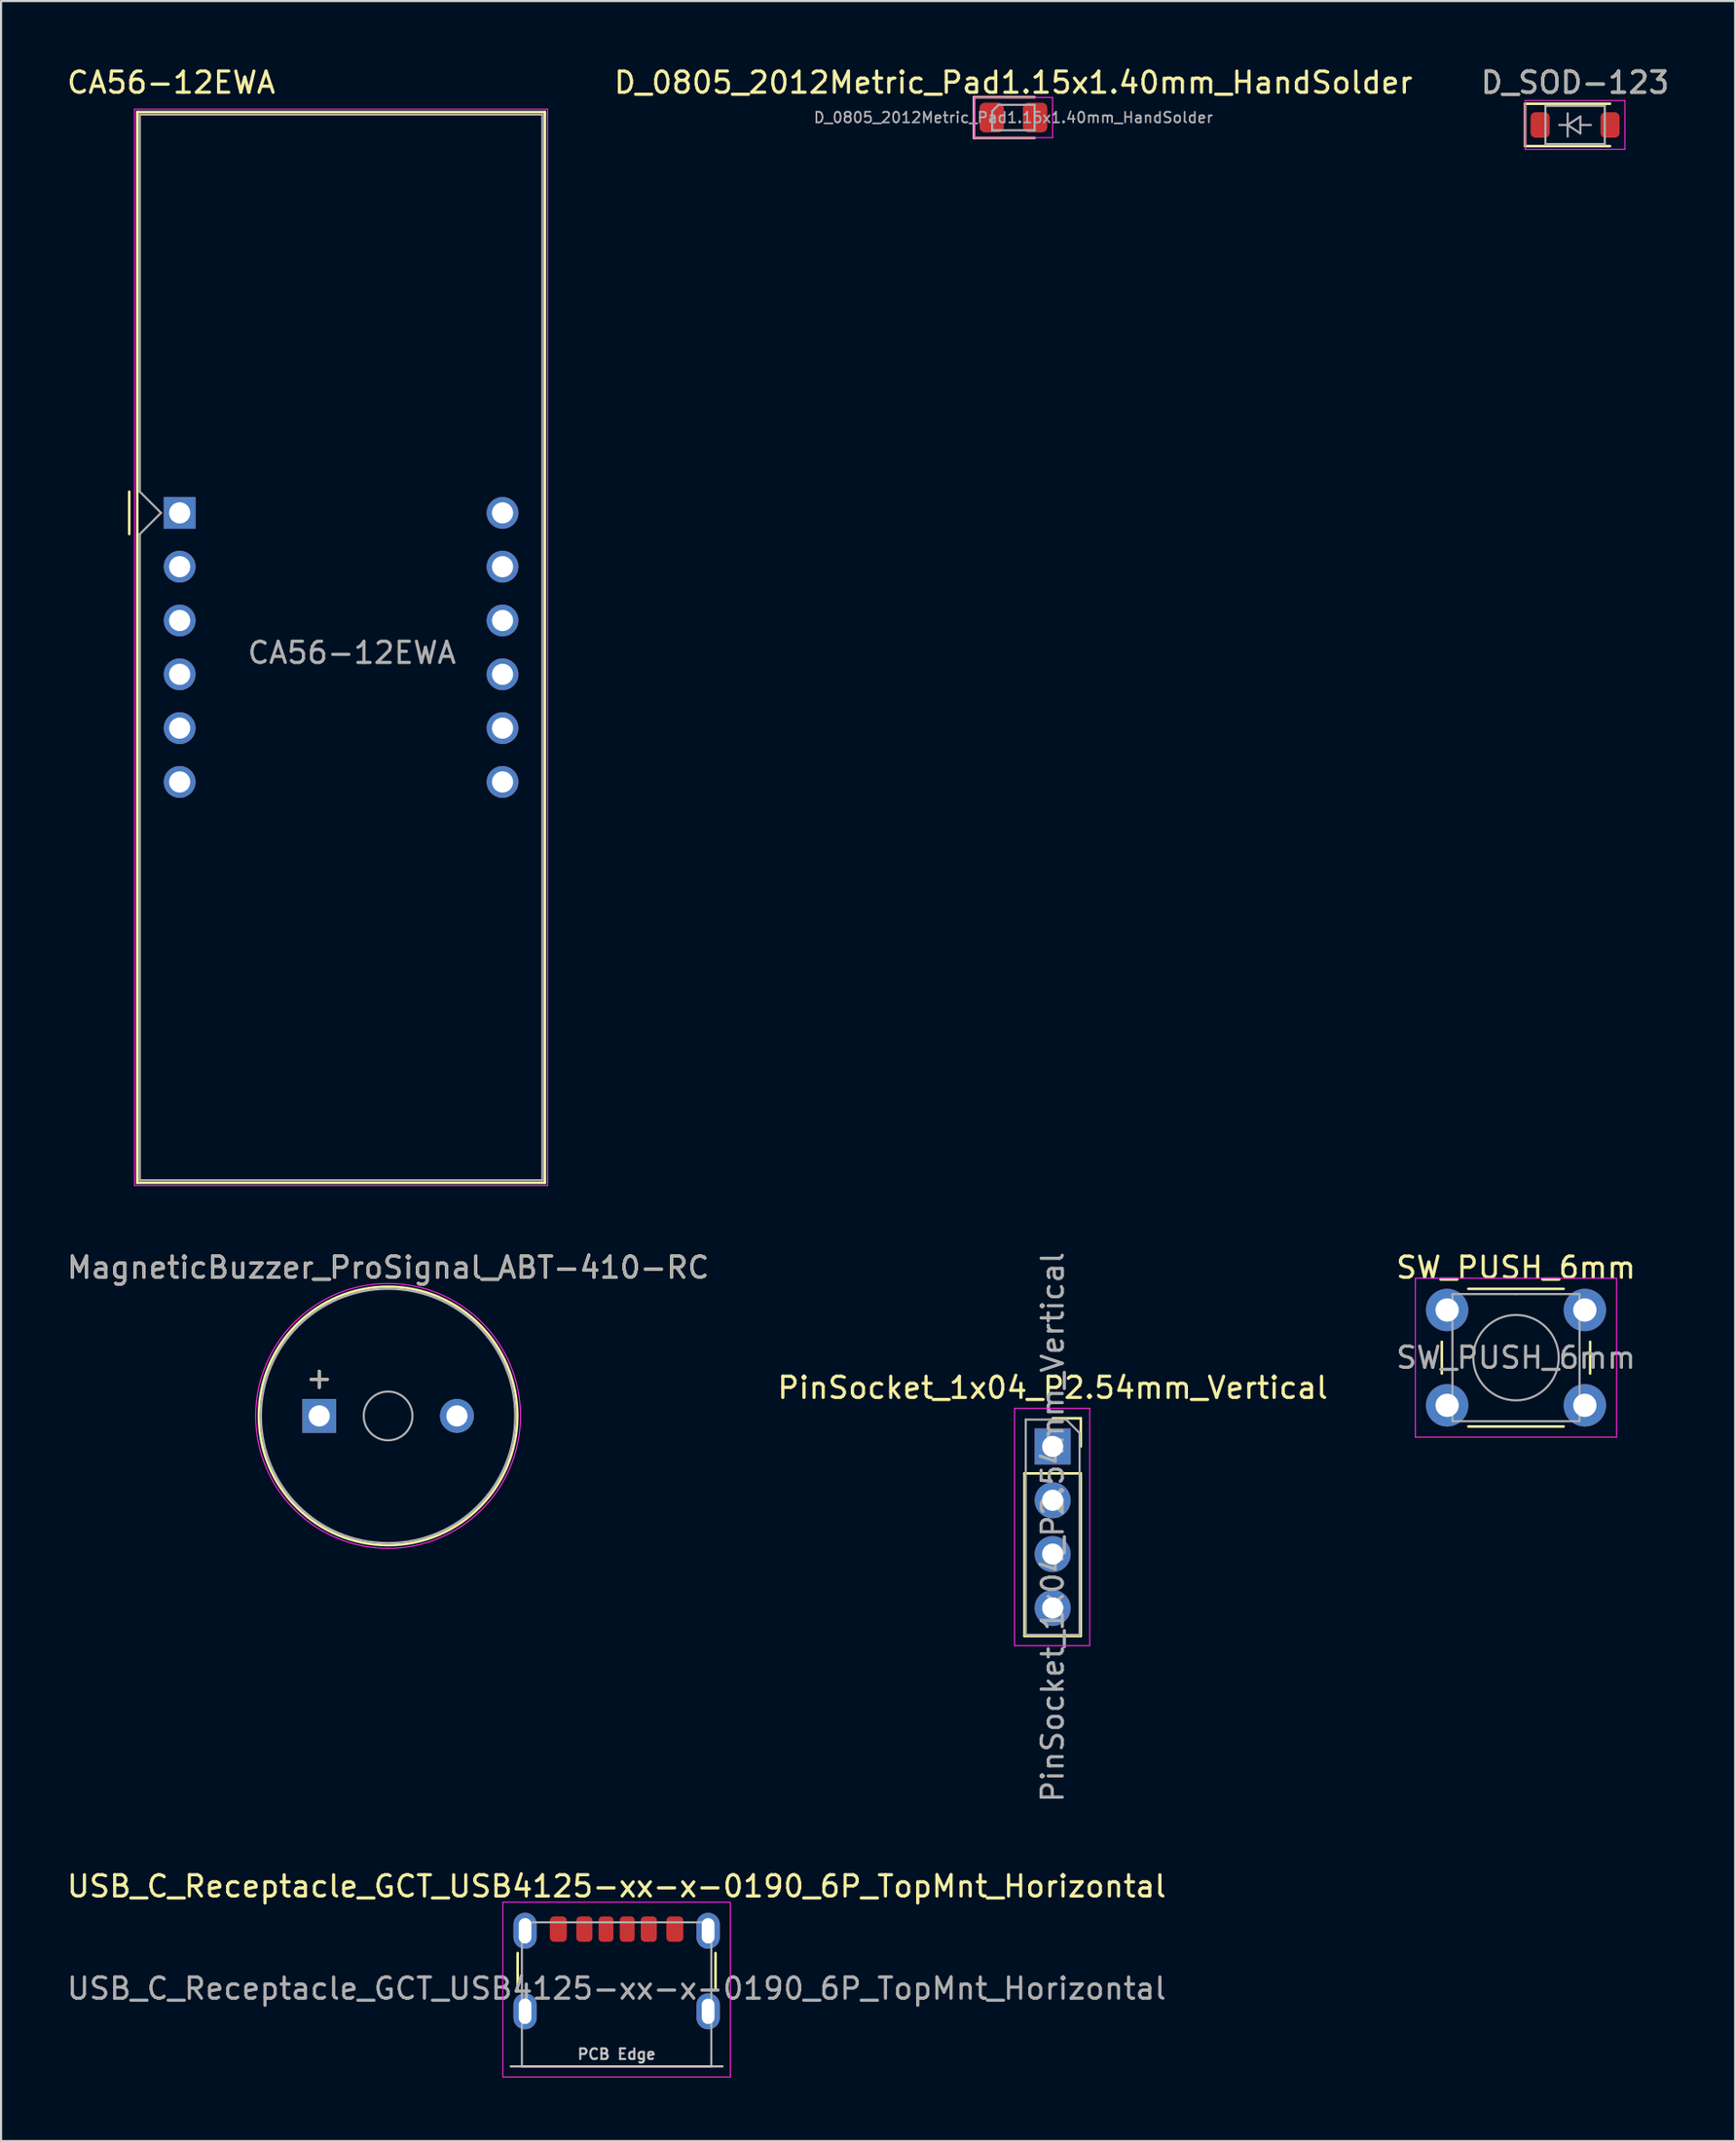
<source format=kicad_pcb>
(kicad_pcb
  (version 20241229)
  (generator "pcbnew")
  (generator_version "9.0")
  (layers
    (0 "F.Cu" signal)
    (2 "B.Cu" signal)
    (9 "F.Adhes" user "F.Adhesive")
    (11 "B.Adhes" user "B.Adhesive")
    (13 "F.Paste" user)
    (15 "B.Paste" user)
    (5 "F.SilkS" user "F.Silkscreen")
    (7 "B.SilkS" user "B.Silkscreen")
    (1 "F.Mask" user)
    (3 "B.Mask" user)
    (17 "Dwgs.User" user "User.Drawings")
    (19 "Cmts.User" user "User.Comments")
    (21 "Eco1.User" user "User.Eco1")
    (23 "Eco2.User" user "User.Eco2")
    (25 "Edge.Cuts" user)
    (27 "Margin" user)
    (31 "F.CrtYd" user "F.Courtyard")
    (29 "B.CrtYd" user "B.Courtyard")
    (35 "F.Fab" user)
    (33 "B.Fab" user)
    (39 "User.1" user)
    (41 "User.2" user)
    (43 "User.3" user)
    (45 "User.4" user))
  (footprint "SW_PUSH_6mm"
    (layer "F.Cu")
    (at 65.256 58.782)
    (property "Reference" "SW_PUSH_6mm" (at 3.25 -2 0) (layer "F.SilkS") (effects (font (size 1 1) (thickness 0.15))))
    (attr through_hole)
    (fp_line (start -0.25 1.5) (end -0.25 3) (stroke (width 0.12) (type solid)) (layer "F.SilkS"))
    (fp_line (start 1 5.5) (end 5.5 5.5) (stroke (width 0.12) (type solid)) (layer "F.SilkS"))
    (fp_line (start 5.5 -1) (end 1 -1) (stroke (width 0.12) (type solid)) (layer "F.SilkS"))
    (fp_line (start 6.75 3) (end 6.75 1.5) (stroke (width 0.12) (type solid)) (layer "F.SilkS"))
    (fp_line (start -1.5 -1.5) (end -1.25 -1.5) (stroke (width 0.05) (type solid)) (layer "F.CrtYd"))
    (fp_line (start -1.5 -1.25) (end -1.5 -1.5) (stroke (width 0.05) (type solid)) (layer "F.CrtYd"))
    (fp_line (start -1.5 5.75) (end -1.5 -1.25) (stroke (width 0.05) (type solid)) (layer "F.CrtYd"))
    (fp_line (start -1.5 5.75) (end -1.5 6) (stroke (width 0.05) (type solid)) (layer "F.CrtYd"))
    (fp_line (start -1.5 6) (end -1.25 6) (stroke (width 0.05) (type solid)) (layer "F.CrtYd"))
    (fp_line (start -1.25 -1.5) (end 7.75 -1.5) (stroke (width 0.05) (type solid)) (layer "F.CrtYd"))
    (fp_line (start 7.75 -1.5) (end 8 -1.5) (stroke (width 0.05) (type solid)) (layer "F.CrtYd"))
    (fp_line (start 7.75 6) (end -1.25 6) (stroke (width 0.05) (type solid)) (layer "F.CrtYd"))
    (fp_line (start 7.75 6) (end 8 6) (stroke (width 0.05) (type solid)) (layer "F.CrtYd"))
    (fp_line (start 8 -1.5) (end 8 -1.25) (stroke (width 0.05) (type solid)) (layer "F.CrtYd"))
    (fp_line (start 8 -1.25) (end 8 5.75) (stroke (width 0.05) (type solid)) (layer "F.CrtYd"))
    (fp_line (start 8 6) (end 8 5.75) (stroke (width 0.05) (type solid)) (layer "F.CrtYd"))
    (fp_line (start 0.25 -0.75) (end 3.25 -0.75) (stroke (width 0.1) (type solid)) (layer "F.Fab"))
    (fp_line (start 0.25 5.25) (end 0.25 -0.75) (stroke (width 0.1) (type solid)) (layer "F.Fab"))
    (fp_line (start 3.25 -0.75) (end 6.25 -0.75) (stroke (width 0.1) (type solid)) (layer "F.Fab"))
    (fp_line (start 6.25 -0.75) (end 6.25 5.25) (stroke (width 0.1) (type solid)) (layer "F.Fab"))
    (fp_line (start 6.25 5.25) (end 0.25 5.25) (stroke (width 0.1) (type solid)) (layer "F.Fab"))
    (fp_circle (center 3.25 2.25) (end 1.25 2.5) (stroke (width 0.1) (type solid)) (fill no) (layer "F.Fab"))
    (fp_text user "${REFERENCE}" (at 3.25 2.25 0) (layer "F.Fab") (effects (font (size 1 1) (thickness 0.15))))
    (pad "1" thru_hole circle (at 0 0 90) (size 2 2) (drill 1.1) (layers "*.Cu" "*.Mask"))
    (pad "1" thru_hole circle (at 6.5 0 90) (size 2 2) (drill 1.1) (layers "*.Cu" "*.Mask"))
    (pad "2" thru_hole circle (at 0 4.5 90) (size 2 2) (drill 1.1) (layers "*.Cu" "*.Mask"))
    (pad "2" thru_hole circle (at 6.5 4.5 90) (size 2 2) (drill 1.1) (layers "*.Cu" "*.Mask")))
  (footprint "USB_C_Receptacle_GCT_USB4125-xx-x-0190_6P_TopMnt_Horizontal"
    (layer "F.Cu")
    (at 26.054 91.084)
    (property "Reference" "USB_C_Receptacle_GCT_USB4125-xx-x-0190_6P_TopMnt_Horizontal" (at 0 -5.1 0) (unlocked yes) (layer "F.SilkS") (effects (font (size 1 1) (thickness 0.15))))
    (attr smd)
    (fp_line (start -4.67 -0.25) (end -4.67 -1.95) (stroke (width 0.12) (type solid)) (layer "F.SilkS"))
    (fp_line (start 4.67 -0.25) (end 4.67 -1.95) (stroke (width 0.12) (type solid)) (layer "F.SilkS"))
    (fp_line (start 5 3.4) (end -5 3.4) (stroke (width 0.1) (type solid)) (layer "Dwgs.User"))
    (fp_rect (start -5.37 -4.35) (end 5.37 3.9) (stroke (width 0.05) (type solid)) (fill no) (layer "F.CrtYd"))
    (fp_rect (start -4.47 -3.4) (end 4.47 3.4) (stroke (width 0.1) (type solid)) (fill no) (layer "F.Fab"))
    (fp_text user "PCB Edge" (at 0 2.825 0) (unlocked yes) (layer "Dwgs.User") (effects (font (size 0.5 0.5) (thickness 0.1))))
    (fp_text user "${REFERENCE}" (at 0 -0.275 0) (unlocked yes) (layer "F.Fab") (effects (font (size 1 1) (thickness 0.15))))
    (pad "A5" smd roundrect (at -0.5 -3.08) (size 0.7 1.2) (layers "F.Cu" "F.Mask" "F.Paste") (roundrect_rratio 0.25))
    (pad "A9" smd roundrect (at 1.52 -3.08 180) (size 0.76 1.2) (layers "F.Cu" "F.Mask" "F.Paste") (roundrect_rratio 0.25))
    (pad "A12" smd roundrect (at 2.75 -3.08 180) (size 0.8 1.2) (layers "F.Cu" "F.Mask" "F.Paste") (roundrect_rratio 0.25))
    (pad "B5" smd roundrect (at 0.5 -3.08 180) (size 0.7 1.2) (layers "F.Cu" "F.Mask" "F.Paste") (roundrect_rratio 0.25))
    (pad "B9" smd roundrect (at -1.52 -3.08) (size 0.76 1.2) (layers "F.Cu" "F.Mask" "F.Paste") (roundrect_rratio 0.25))
    (pad "B12" smd roundrect (at -2.75 -3.08) (size 0.8 1.2) (layers "F.Cu" "F.Mask" "F.Paste") (roundrect_rratio 0.25))
    (pad "S1" thru_hole oval (at -4.32 -3) (size 1.1 1.7) (drill oval 0.6 1.2) (layers "*.Cu" "*.Mask" "F.Paste"))
    (pad "S1" thru_hole oval (at -4.32 0.8) (size 1.1 1.7) (drill oval 0.6 1.2) (layers "*.Cu" "*.Mask" "F.Paste"))
    (pad "S1" thru_hole oval (at 4.32 -3) (size 1.1 1.7) (drill oval 0.6 1.2) (layers "*.Cu" "*.Mask" "F.Paste"))
    (pad "S1" thru_hole oval (at 4.32 0.8) (size 1.1 1.7) (drill oval 0.6 1.2) (layers "*.Cu" "*.Mask" "F.Paste")))
  (footprint "D_SOD-123"
    (layer "F.Cu")
    (at 71.295 2.848)
    (property "Reference" "D_SOD-123" (at 0 -2 0) (layer "F.SilkS") (effects (font (size 1 1) (thickness 0.15))))
    (attr smd)
    (fp_line (start -2.36 -1) (end -2.36 1) (stroke (width 0.12) (type solid)) (layer "F.SilkS"))
    (fp_line (start -2.36 -1) (end 1.65 -1) (stroke (width 0.12) (type solid)) (layer "F.SilkS"))
    (fp_line (start -2.36 1) (end 1.65 1) (stroke (width 0.12) (type solid)) (layer "F.SilkS"))
    (fp_line (start -2.35 -1.15) (end -2.35 1.15) (stroke (width 0.05) (type solid)) (layer "F.CrtYd"))
    (fp_line (start -2.35 -1.15) (end 2.35 -1.15) (stroke (width 0.05) (type solid)) (layer "F.CrtYd"))
    (fp_line (start 2.35 -1.15) (end 2.35 1.15) (stroke (width 0.05) (type solid)) (layer "F.CrtYd"))
    (fp_line (start 2.35 1.15) (end -2.35 1.15) (stroke (width 0.05) (type solid)) (layer "F.CrtYd"))
    (fp_line (start -1.4 -0.9) (end 1.4 -0.9) (stroke (width 0.1) (type solid)) (layer "F.Fab"))
    (fp_line (start -1.4 0.9) (end -1.4 -0.9) (stroke (width 0.1) (type solid)) (layer "F.Fab"))
    (fp_line (start -0.75 0) (end -0.35 0) (stroke (width 0.1) (type solid)) (layer "F.Fab"))
    (fp_line (start -0.35 0) (end -0.35 -0.55) (stroke (width 0.1) (type solid)) (layer "F.Fab"))
    (fp_line (start -0.35 0) (end -0.35 0.55) (stroke (width 0.1) (type solid)) (layer "F.Fab"))
    (fp_line (start -0.35 0) (end 0.25 -0.4) (stroke (width 0.1) (type solid)) (layer "F.Fab"))
    (fp_line (start 0.25 -0.4) (end 0.25 0.4) (stroke (width 0.1) (type solid)) (layer "F.Fab"))
    (fp_line (start 0.25 0) (end 0.75 0) (stroke (width 0.1) (type solid)) (layer "F.Fab"))
    (fp_line (start 0.25 0.4) (end -0.35 0) (stroke (width 0.1) (type solid)) (layer "F.Fab"))
    (fp_line (start 1.4 -0.9) (end 1.4 0.9) (stroke (width 0.1) (type solid)) (layer "F.Fab"))
    (fp_line (start 1.4 0.9) (end -1.4 0.9) (stroke (width 0.1) (type solid)) (layer "F.Fab"))
    (fp_text user "${REFERENCE}" (at 0 -2 0) (layer "F.Fab") (effects (font (size 1 1) (thickness 0.15))))
    (pad "1" smd roundrect (at -1.65 0) (size 0.9 1.2) (layers "F.Cu" "F.Mask" "F.Paste") (roundrect_rratio 0.25))
    (pad "2" smd roundrect (at 1.65 0) (size 0.9 1.2) (layers "F.Cu" "F.Mask" "F.Paste") (roundrect_rratio 0.25)))
  (footprint "PinSocket_1x04_P2.54mm_Vertical"
    (layer "F.Cu")
    (at 46.637 65.224)
    (property "Reference" "PinSocket_1x04_P2.54mm_Vertical" (at 0 -2.77 0) (layer "F.SilkS") (effects (font (size 1 1) (thickness 0.15))))
    (attr through_hole)
    (fp_line (start -1.33 1.27) (end -1.33 8.95) (stroke (width 0.12) (type solid)) (layer "F.SilkS"))
    (fp_line (start -1.33 1.27) (end 1.33 1.27) (stroke (width 0.12) (type solid)) (layer "F.SilkS"))
    (fp_line (start -1.33 8.95) (end 1.33 8.95) (stroke (width 0.12) (type solid)) (layer "F.SilkS"))
    (fp_line (start 0 -1.33) (end 1.33 -1.33) (stroke (width 0.12) (type solid)) (layer "F.SilkS"))
    (fp_line (start 1.33 -1.33) (end 1.33 0) (stroke (width 0.12) (type solid)) (layer "F.SilkS"))
    (fp_line (start 1.33 1.27) (end 1.33 8.95) (stroke (width 0.12) (type solid)) (layer "F.SilkS"))
    (fp_line (start -1.8 -1.8) (end 1.75 -1.8) (stroke (width 0.05) (type solid)) (layer "F.CrtYd"))
    (fp_line (start -1.8 9.4) (end -1.8 -1.8) (stroke (width 0.05) (type solid)) (layer "F.CrtYd"))
    (fp_line (start 1.75 -1.8) (end 1.75 9.4) (stroke (width 0.05) (type solid)) (layer "F.CrtYd"))
    (fp_line (start 1.75 9.4) (end -1.8 9.4) (stroke (width 0.05) (type solid)) (layer "F.CrtYd"))
    (fp_line (start -1.27 -1.27) (end 0.635 -1.27) (stroke (width 0.1) (type solid)) (layer "F.Fab"))
    (fp_line (start -1.27 8.89) (end -1.27 -1.27) (stroke (width 0.1) (type solid)) (layer "F.Fab"))
    (fp_line (start 0.635 -1.27) (end 1.27 -0.635) (stroke (width 0.1) (type solid)) (layer "F.Fab"))
    (fp_line (start 1.27 -0.635) (end 1.27 8.89) (stroke (width 0.1) (type solid)) (layer "F.Fab"))
    (fp_line (start 1.27 8.89) (end -1.27 8.89) (stroke (width 0.1) (type solid)) (layer "F.Fab"))
    (fp_text user "${REFERENCE}" (at 0 3.81 90) (layer "F.Fab") (effects (font (size 1 1) (thickness 0.15))))
    (pad "1" thru_hole rect (at 0 0) (size 1.7 1.7) (drill 1) (layers "*.Cu" "*.Mask"))
    (pad "2" thru_hole oval (at 0 2.54) (size 1.7 1.7) (drill 1) (layers "*.Cu" "*.Mask"))
    (pad "3" thru_hole oval (at 0 5.08) (size 1.7 1.7) (drill 1) (layers "*.Cu" "*.Mask"))
    (pad "4" thru_hole oval (at 0 7.62) (size 1.7 1.7) (drill 1) (layers "*.Cu" "*.Mask")))
  (footprint "CA56-12EWA"
    (layer "F.Cu")
    (at 5.43 21.158)
    (property "Reference" "CA56-12EWA" (at -0.4 -20.31 0) (layer "F.SilkS") (effects (font (size 1 1) (thickness 0.15))))
    (attr through_hole)
    (fp_line (start -2.38 -1) (end -2.38 1) (stroke (width 0.12) (type solid)) (layer "F.SilkS"))
    (fp_line (start -2 -18.92) (end -2 31.62) (stroke (width 0.12) (type solid)) (layer "F.SilkS"))
    (fp_line (start -2 -18.92) (end 17.24 -18.92) (stroke (width 0.12) (type solid)) (layer "F.SilkS"))
    (fp_line (start -2 31.62) (end 17.24 31.62) (stroke (width 0.12) (type solid)) (layer "F.SilkS"))
    (fp_line (start 17.24 31.62) (end 17.24 -18.92) (stroke (width 0.12) (type solid)) (layer "F.SilkS"))
    (fp_line (start -2.13 -19.05) (end 17.37 -19.05) (stroke (width 0.05) (type solid)) (layer "F.CrtYd"))
    (fp_line (start -2.13 31.75) (end -2.13 -19.05) (stroke (width 0.05) (type solid)) (layer "F.CrtYd"))
    (fp_line (start 17.37 -19.05) (end 17.37 31.75) (stroke (width 0.05) (type solid)) (layer "F.CrtYd"))
    (fp_line (start 17.37 31.75) (end -2.13 31.75) (stroke (width 0.05) (type solid)) (layer "F.CrtYd"))
    (fp_line (start -1.88 -18.8) (end 17.12 -18.8) (stroke (width 0.1) (type solid)) (layer "F.Fab"))
    (fp_line (start -1.88 -1) (end -1.88 -18.8) (stroke (width 0.1) (type solid)) (layer "F.Fab"))
    (fp_line (start -1.88 1) (end -1.88 31.5) (stroke (width 0.1) (type solid)) (layer "F.Fab"))
    (fp_line (start -1.88 1) (end -0.88 0) (stroke (width 0.1) (type solid)) (layer "F.Fab"))
    (fp_line (start -1.88 31.5) (end 17.12 31.5) (stroke (width 0.1) (type solid)) (layer "F.Fab"))
    (fp_line (start -0.88 0) (end -1.88 -1) (stroke (width 0.1) (type solid)) (layer "F.Fab"))
    (fp_line (start 17.12 -18.8) (end 17.12 31.5) (stroke (width 0.1) (type solid)) (layer "F.Fab"))
    (fp_text user "${REFERENCE}" (at 8.128 6.604 0) (layer "F.Fab") (effects (font (size 1 1) (thickness 0.15))))
    (pad "1" thru_hole rect (at 0 0) (size 1.5 1.5) (drill 1) (layers "*.Cu" "*.Mask"))
    (pad "2" thru_hole circle (at 0 2.54) (size 1.5 1.5) (drill 1) (layers "*.Cu" "*.Mask"))
    (pad "3" thru_hole circle (at 0 5.08) (size 1.5 1.5) (drill 1) (layers "*.Cu" "*.Mask"))
    (pad "4" thru_hole circle (at 0 7.62) (size 1.5 1.5) (drill 1) (layers "*.Cu" "*.Mask"))
    (pad "5" thru_hole circle (at 0 10.16) (size 1.5 1.5) (drill 1) (layers "*.Cu" "*.Mask"))
    (pad "6" thru_hole circle (at 0 12.7) (size 1.5 1.5) (drill 1) (layers "*.Cu" "*.Mask"))
    (pad "7" thru_hole circle (at 15.24 12.7) (size 1.5 1.5) (drill 1) (layers "*.Cu" "*.Mask"))
    (pad "8" thru_hole circle (at 15.24 10.16) (size 1.5 1.5) (drill 1) (layers "*.Cu" "*.Mask"))
    (pad "9" thru_hole circle (at 15.24 7.62) (size 1.5 1.5) (drill 1) (layers "*.Cu" "*.Mask"))
    (pad "10" thru_hole circle (at 15.24 5.08) (size 1.5 1.5) (drill 1) (layers "*.Cu" "*.Mask"))
    (pad "11" thru_hole circle (at 15.24 2.54) (size 1.5 1.5) (drill 1) (layers "*.Cu" "*.Mask"))
    (pad "12" thru_hole circle (at 15.24 0) (size 1.5 1.5) (drill 1) (layers "*.Cu" "*.Mask")))
  (footprint "D_0805_2012Metric_Pad1.15x1.40mm_HandSolder"
    (layer "F.Cu")
    (at 44.783 2.498)
    (property "Reference" "D_0805_2012Metric_Pad1.15x1.40mm_HandSolder" (at 0 -1.65 0) (layer "F.SilkS") (effects (font (size 1 1) (thickness 0.15))))
    (attr smd)
    (fp_line (start -1.86 -0.96) (end -1.86 0.96) (stroke (width 0.12) (type solid)) (layer "F.SilkS"))
    (fp_line (start -1.86 0.96) (end 1 0.96) (stroke (width 0.12) (type solid)) (layer "F.SilkS"))
    (fp_line (start 1 -0.96) (end -1.86 -0.96) (stroke (width 0.12) (type solid)) (layer "F.SilkS"))
    (fp_line (start -1.85 -0.95) (end 1.85 -0.95) (stroke (width 0.05) (type solid)) (layer "F.CrtYd"))
    (fp_line (start -1.85 0.95) (end -1.85 -0.95) (stroke (width 0.05) (type solid)) (layer "F.CrtYd"))
    (fp_line (start 1.85 -0.95) (end 1.85 0.95) (stroke (width 0.05) (type solid)) (layer "F.CrtYd"))
    (fp_line (start 1.85 0.95) (end -1.85 0.95) (stroke (width 0.05) (type solid)) (layer "F.CrtYd"))
    (fp_line (start -1 -0.3) (end -1 0.6) (stroke (width 0.1) (type solid)) (layer "F.Fab"))
    (fp_line (start -1 0.6) (end 1 0.6) (stroke (width 0.1) (type solid)) (layer "F.Fab"))
    (fp_line (start -0.7 -0.6) (end -1 -0.3) (stroke (width 0.1) (type solid)) (layer "F.Fab"))
    (fp_line (start 1 -0.6) (end -0.7 -0.6) (stroke (width 0.1) (type solid)) (layer "F.Fab"))
    (fp_line (start 1 0.6) (end 1 -0.6) (stroke (width 0.1) (type solid)) (layer "F.Fab"))
    (fp_text user "${REFERENCE}" (at 0 0 0) (layer "F.Fab") (effects (font (size 0.5 0.5) (thickness 0.08))))
    (pad "1" smd roundrect (at -1.025 0) (size 1.15 1.4) (layers "F.Cu" "F.Mask" "F.Paste") (roundrect_rratio 0.217))
    (pad "2" smd roundrect (at 1.025 0) (size 1.15 1.4) (layers "F.Cu" "F.Mask" "F.Paste") (roundrect_rratio 0.217)))
  (footprint "MagneticBuzzer_ProSignal_ABT-410-RC"
    (layer "F.Cu")
    (at 12.018 63.782)
    (property "Reference" "MagneticBuzzer_ProSignal_ABT-410-RC" (at 3.25 -7 0) (layer "F.SilkS") (effects (font (size 1 1) (thickness 0.15))))
    (attr through_hole)
    (fp_circle (center 3.25 0) (end 9.35 0) (stroke (width 0.12) (type solid)) (fill no) (layer "F.SilkS"))
    (fp_circle (center 3.25 0) (end 9.5 0) (stroke (width 0.05) (type solid)) (fill no) (layer "F.CrtYd"))
    (fp_circle (center 3.25 0) (end 4.4 0) (stroke (width 0.1) (type solid)) (fill no) (layer "F.Fab"))
    (fp_circle (center 3.25 0) (end 9.25 0) (stroke (width 0.1) (type solid)) (fill no) (layer "F.Fab"))
    (fp_text user "+" (at 0 -1.8 0) (layer "F.SilkS") (effects (font (size 1 1) (thickness 0.15))))
    (fp_text user "+" (at 0 -1.8 0) (layer "F.Fab") (effects (font (size 1 1) (thickness 0.15))))
    (fp_text user "${REFERENCE}" (at 3.25 -7 0) (layer "F.Fab") (effects (font (size 1 1) (thickness 0.15))))
    (pad "1" thru_hole rect (at 0 0) (size 1.6 1.6) (drill 1) (layers "*.Cu" "*.Mask"))
    (pad "2" thru_hole circle (at 6.5 0) (size 1.6 1.6) (drill 1) (layers "*.Cu" "*.Mask")))
  (gr_rect
    (start -3 -3)
    (end 78.849 98.009)
    (stroke (width 0.1) (type default))
    (fill no)
    (layer "Edge.Cuts")))
</source>
